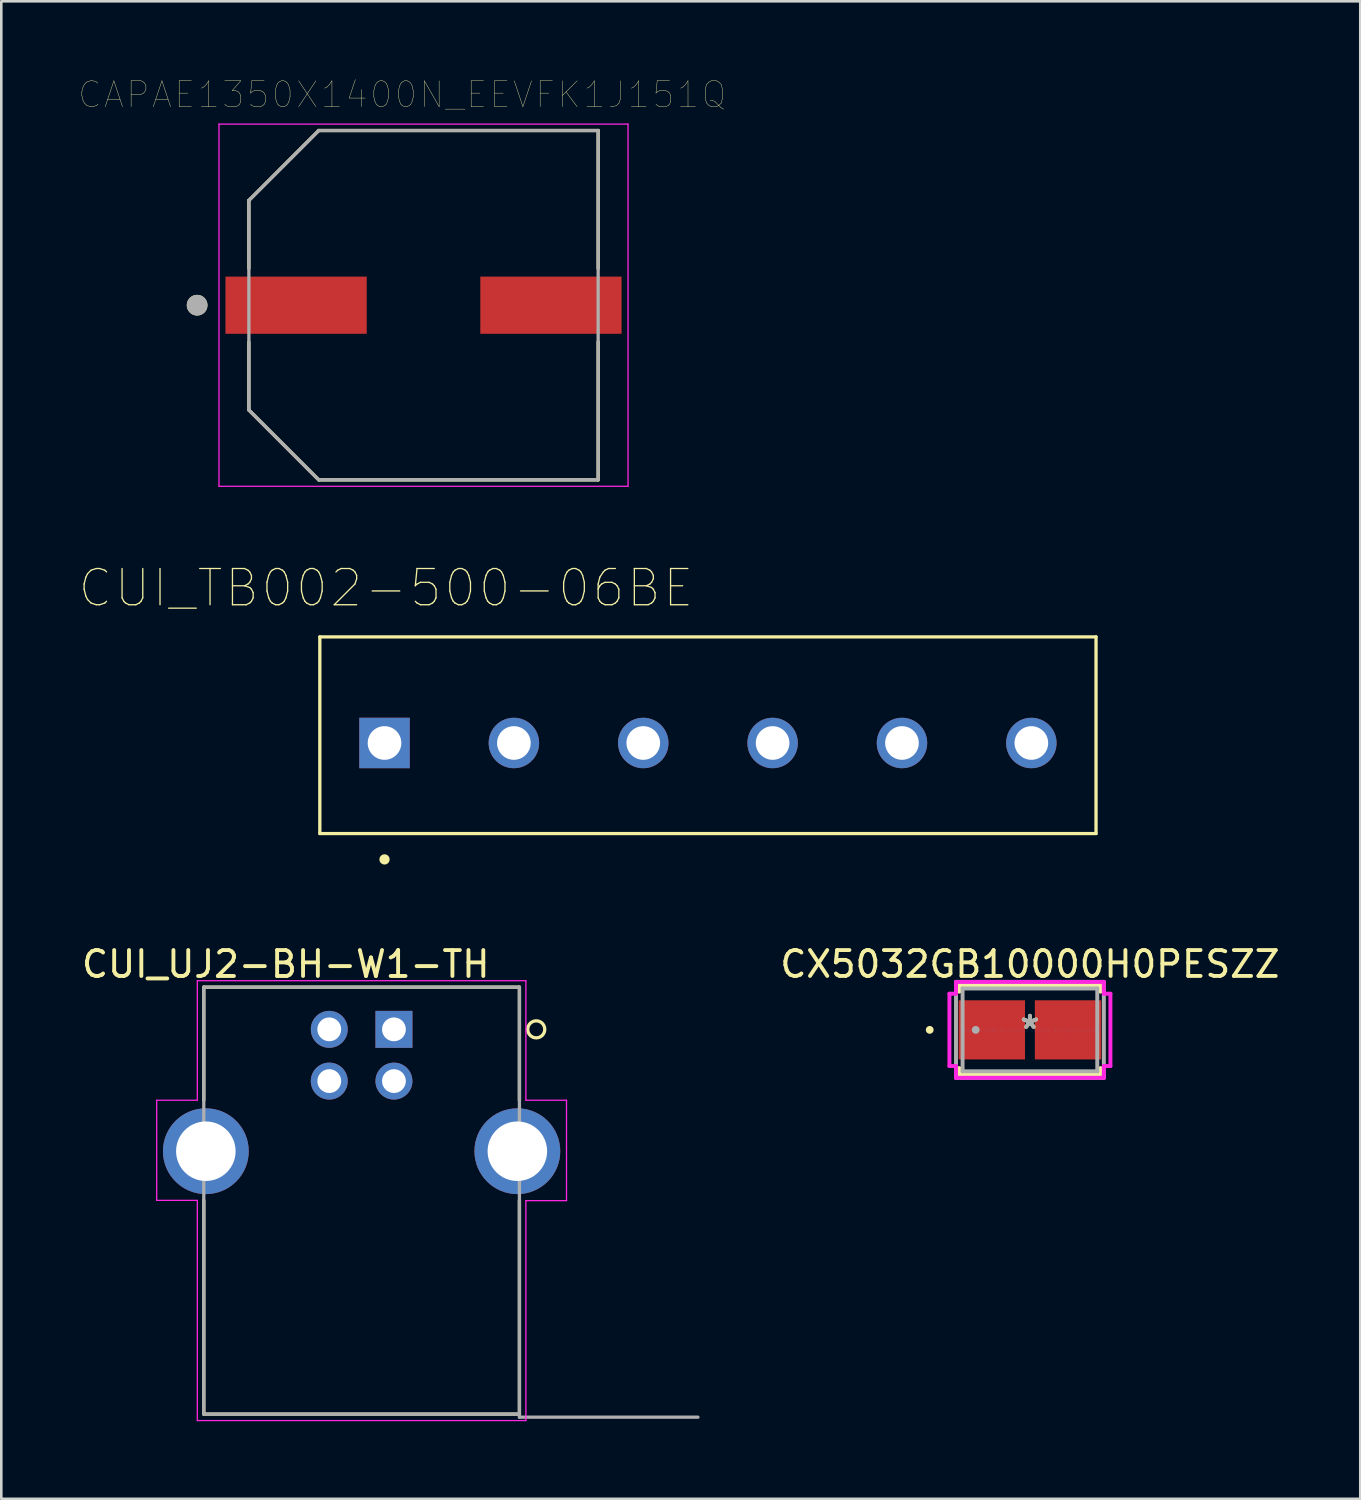
<source format=kicad_pcb>
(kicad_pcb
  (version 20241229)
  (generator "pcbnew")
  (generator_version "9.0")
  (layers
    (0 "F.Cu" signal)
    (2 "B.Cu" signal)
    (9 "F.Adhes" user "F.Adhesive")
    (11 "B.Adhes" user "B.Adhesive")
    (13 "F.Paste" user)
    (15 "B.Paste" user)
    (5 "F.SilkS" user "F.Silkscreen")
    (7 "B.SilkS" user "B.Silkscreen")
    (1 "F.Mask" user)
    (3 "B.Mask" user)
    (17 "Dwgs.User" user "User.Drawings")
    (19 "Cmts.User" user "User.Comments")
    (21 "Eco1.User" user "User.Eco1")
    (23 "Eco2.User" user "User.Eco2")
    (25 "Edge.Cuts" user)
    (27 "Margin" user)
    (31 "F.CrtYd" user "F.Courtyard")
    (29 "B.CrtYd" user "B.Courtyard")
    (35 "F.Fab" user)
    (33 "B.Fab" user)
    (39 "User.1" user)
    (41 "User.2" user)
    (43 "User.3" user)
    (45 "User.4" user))
  (footprint "CX5032GB10000H0PESZZ"
    (layer "F.Cu")
    (at 36.757 36.755)
    (property "Reference" "CX5032GB10000H0PESZZ" (at 0 -2.54 0) (layer "F.SilkS") (effects (font (size 1 1) (thickness 0.15))))
    (attr through_hole)
    (fp_line (start -2.731 -1.727) (end -2.731 -1.476) (stroke (width 0.152) (type solid)) (layer "F.SilkS"))
    (fp_line (start -2.731 1.476) (end -2.731 1.727) (stroke (width 0.152) (type solid)) (layer "F.SilkS"))
    (fp_line (start -2.731 1.727) (end 2.731 1.727) (stroke (width 0.152) (type solid)) (layer "F.SilkS"))
    (fp_line (start 2.731 -1.727) (end -2.731 -1.727) (stroke (width 0.152) (type solid)) (layer "F.SilkS"))
    (fp_line (start 2.731 -1.476) (end 2.731 -1.727) (stroke (width 0.152) (type solid)) (layer "F.SilkS"))
    (fp_line (start 2.731 1.727) (end 2.731 1.476) (stroke (width 0.152) (type solid)) (layer "F.SilkS"))
    (fp_circle (center -3.873 0) (end -3.797 0) (stroke (width 0.152) (type solid)) (fill no) (layer "F.SilkS"))
    (fp_line (start -3.111 -1.397) (end -2.857 -1.397) (stroke (width 0.152) (type solid)) (layer "F.CrtYd"))
    (fp_line (start -3.111 1.397) (end -3.111 -1.397) (stroke (width 0.152) (type solid)) (layer "F.CrtYd"))
    (fp_line (start -2.857 -1.854) (end 2.857 -1.854) (stroke (width 0.152) (type solid)) (layer "F.CrtYd"))
    (fp_line (start -2.857 -1.397) (end -2.857 -1.854) (stroke (width 0.152) (type solid)) (layer "F.CrtYd"))
    (fp_line (start -2.857 1.397) (end -3.111 1.397) (stroke (width 0.152) (type solid)) (layer "F.CrtYd"))
    (fp_line (start -2.857 1.854) (end -2.857 1.397) (stroke (width 0.152) (type solid)) (layer "F.CrtYd"))
    (fp_line (start 2.857 -1.854) (end 2.857 -1.397) (stroke (width 0.152) (type solid)) (layer "F.CrtYd"))
    (fp_line (start 2.857 -1.397) (end 3.111 -1.397) (stroke (width 0.152) (type solid)) (layer "F.CrtYd"))
    (fp_line (start 2.857 1.397) (end 2.857 1.854) (stroke (width 0.152) (type solid)) (layer "F.CrtYd"))
    (fp_line (start 2.857 1.854) (end -2.857 1.854) (stroke (width 0.152) (type solid)) (layer "F.CrtYd"))
    (fp_line (start 3.111 -1.397) (end 3.111 1.397) (stroke (width 0.152) (type solid)) (layer "F.CrtYd"))
    (fp_line (start 3.111 1.397) (end 2.857 1.397) (stroke (width 0.152) (type solid)) (layer "F.CrtYd"))
    (fp_line (start -2.857 -1.854) (end 2.857 -1.854) (stroke (width 0.152) (type solid)) (layer "F.Fab"))
    (fp_line (start -2.857 1.854) (end -2.857 -1.854) (stroke (width 0.152) (type solid)) (layer "F.Fab"))
    (fp_line (start -2.603 -1.6) (end -2.603 1.6) (stroke (width 0.152) (type solid)) (layer "F.Fab"))
    (fp_line (start -2.603 1.6) (end 2.603 1.6) (stroke (width 0.152) (type solid)) (layer "F.Fab"))
    (fp_line (start 2.603 -1.6) (end -2.603 -1.6) (stroke (width 0.152) (type solid)) (layer "F.Fab"))
    (fp_line (start 2.603 1.6) (end 2.603 -1.6) (stroke (width 0.152) (type solid)) (layer "F.Fab"))
    (fp_line (start 2.857 -1.854) (end 2.857 1.854) (stroke (width 0.152) (type solid)) (layer "F.Fab"))
    (fp_line (start 2.857 1.854) (end -2.857 1.854) (stroke (width 0.152) (type solid)) (layer "F.Fab"))
    (fp_circle (center -2.095 0) (end -2.019 0) (stroke (width 0.152) (type solid)) (fill no) (layer "F.Fab"))
    (fp_text user "*" (at 0 0 0) (layer "F.SilkS") (effects (font (size 1 1) (thickness 0.15))))
    (fp_text user "Copyright 2016 Accelerated Designs. All rights reserved." (at 0 0 0) (layer "Cmts.User") (effects (font (size 0.127 0.127) (thickness 0.002))))
    (fp_text user "*" (at 0 0 0) (layer "F.Fab") (effects (font (size 1 1) (thickness 0.15))))
    (pad "1" smd rect (at -1.473 0 90) (size 2.286 2.565) (layers "F.Cu" "F.Mask" "F.Paste"))
    (pad "2" smd rect (at 1.473 0 90) (size 2.286 2.565) (layers "F.Cu" "F.Mask" "F.Paste")))
  (footprint "CUI_TB002-500-06BE"
    (layer "F.Cu")
    (at 11.812 25.667)
    (property "Reference" "CUI_TB002-500-06BE" (at 0.056 -5.989 0) (layer "F.SilkS") (effects (font (size 1.4 1.4) (thickness 0.05))))
    (attr through_hole)
    (fp_line (start -2.5 -4.1) (end 27.5 -4.1) (stroke (width 0.127) (type solid)) (layer "F.SilkS"))
    (fp_line (start -2.5 3.5) (end -2.5 -4.1) (stroke (width 0.127) (type solid)) (layer "F.SilkS"))
    (fp_line (start 27.5 -4.1) (end 27.5 3.5) (stroke (width 0.127) (type solid)) (layer "F.SilkS"))
    (fp_line (start 27.5 3.5) (end -2.5 3.5) (stroke (width 0.127) (type solid)) (layer "F.SilkS"))
    (fp_circle (center 0 4.5) (end 0.1 4.5) (stroke (width 0.2) (type solid)) (fill no) (layer "F.SilkS"))
    (fp_line (start -2.75 -4.35) (end 27.75 -4.35) (stroke (width 0.05) (type solid)) (layer "Eco1.User"))
    (fp_line (start -2.75 3.75) (end -2.75 -4.35) (stroke (width 0.05) (type solid)) (layer "Eco1.User"))
    (fp_line (start 27.75 -4.35) (end 27.75 3.75) (stroke (width 0.05) (type solid)) (layer "Eco1.User"))
    (fp_line (start 27.75 3.75) (end -2.75 3.75) (stroke (width 0.05) (type solid)) (layer "Eco1.User"))
    (fp_line (start -2.5 -4.1) (end 27.5 -4.1) (stroke (width 0.127) (type solid)) (layer "Eco2.User"))
    (fp_line (start -2.5 3.5) (end -2.5 -4.1) (stroke (width 0.127) (type solid)) (layer "Eco2.User"))
    (fp_line (start 27.5 -4.1) (end 27.5 3.5) (stroke (width 0.127) (type solid)) (layer "Eco2.User"))
    (fp_line (start 27.5 3.5) (end -2.5 3.5) (stroke (width 0.127) (type solid)) (layer "Eco2.User"))
    (fp_circle (center 0 4.5) (end 0.1 4.5) (stroke (width 0.2) (type solid)) (fill no) (layer "Eco2.User"))
    (pad "1" thru_hole rect (at 0 0) (size 1.95 1.95) (drill 1.3) (layers "*.Cu" "*.Mask"))
    (pad "2" thru_hole circle (at 5 0) (size 1.95 1.95) (drill 1.3) (layers "*.Cu" "*.Mask"))
    (pad "3" thru_hole circle (at 10 0) (size 1.95 1.95) (drill 1.3) (layers "*.Cu" "*.Mask"))
    (pad "4" thru_hole circle (at 15 0) (size 1.95 1.95) (drill 1.3) (layers "*.Cu" "*.Mask"))
    (pad "5" thru_hole circle (at 20 0) (size 1.95 1.95) (drill 1.3) (layers "*.Cu" "*.Mask"))
    (pad "6" thru_hole circle (at 25 0) (size 1.95 1.95) (drill 1.3) (layers "*.Cu" "*.Mask")))
  (footprint "CUI_UJ2-BH-W1-TH"
    (layer "F.Cu")
    (at 12.176 36.735)
    (property "Reference" "CUI_UJ2-BH-W1-TH" (at -4.181 -2.519 0) (layer "F.SilkS") (effects (font (size 1.002 1.002) (thickness 0.15))))
    (attr through_hole)
    (fp_line (start -7.35 -1.63) (end 4.85 -1.63) (stroke (width 0.127) (type solid)) (layer "F.SilkS"))
    (fp_line (start -7.35 2.74) (end -7.35 -1.63) (stroke (width 0.127) (type solid)) (layer "F.SilkS"))
    (fp_line (start -7.35 6.61) (end -7.35 14.87) (stroke (width 0.127) (type solid)) (layer "F.SilkS"))
    (fp_line (start -7.35 14.87) (end 4.85 14.87) (stroke (width 0.127) (type solid)) (layer "F.SilkS"))
    (fp_line (start 4.85 -1.63) (end 4.85 2.74) (stroke (width 0.127) (type solid)) (layer "F.SilkS"))
    (fp_line (start 4.85 14.87) (end 4.85 6.61) (stroke (width 0.127) (type solid)) (layer "F.SilkS"))
    (fp_circle (center 5.5 0) (end 5.829 0) (stroke (width 0.127) (type solid)) (fill no) (layer "F.SilkS"))
    (fp_line (start -9.17 2.74) (end -7.6 2.74) (stroke (width 0.05) (type solid)) (layer "F.CrtYd"))
    (fp_line (start -9.17 6.61) (end -9.17 2.74) (stroke (width 0.05) (type solid)) (layer "F.CrtYd"))
    (fp_line (start -7.6 -1.88) (end 5.1 -1.88) (stroke (width 0.05) (type solid)) (layer "F.CrtYd"))
    (fp_line (start -7.6 2.74) (end -7.6 -1.88) (stroke (width 0.05) (type solid)) (layer "F.CrtYd"))
    (fp_line (start -7.6 6.61) (end -9.17 6.61) (stroke (width 0.05) (type solid)) (layer "F.CrtYd"))
    (fp_line (start -7.6 15.12) (end -7.6 6.61) (stroke (width 0.05) (type solid)) (layer "F.CrtYd"))
    (fp_line (start 5.1 -1.88) (end 5.1 2.74) (stroke (width 0.05) (type solid)) (layer "F.CrtYd"))
    (fp_line (start 5.1 2.74) (end 6.67 2.74) (stroke (width 0.05) (type solid)) (layer "F.CrtYd"))
    (fp_line (start 5.1 6.62) (end 5.1 15.12) (stroke (width 0.05) (type solid)) (layer "F.CrtYd"))
    (fp_line (start 5.1 15.12) (end -7.6 15.12) (stroke (width 0.05) (type solid)) (layer "F.CrtYd"))
    (fp_line (start 6.67 2.74) (end 6.67 6.62) (stroke (width 0.05) (type solid)) (layer "F.CrtYd"))
    (fp_line (start 6.67 6.62) (end 5.1 6.62) (stroke (width 0.05) (type solid)) (layer "F.CrtYd"))
    (fp_line (start -7.35 -1.63) (end 4.85 -1.63) (stroke (width 0.127) (type solid)) (layer "F.Fab"))
    (fp_line (start -7.35 14.87) (end -7.35 -1.63) (stroke (width 0.127) (type solid)) (layer "F.Fab"))
    (fp_line (start 4.85 -1.63) (end 4.85 14.87) (stroke (width 0.127) (type solid)) (layer "F.Fab"))
    (fp_line (start 4.85 14.87) (end -7.35 14.87) (stroke (width 0.127) (type solid)) (layer "F.Fab"))
    (fp_line (start 4.85 14.87) (end 4.85 14.99) (stroke (width 0.127) (type solid)) (layer "F.Fab"))
    (fp_line (start 4.85 14.99) (end 11.75 14.99) (stroke (width 0.127) (type solid)) (layer "F.Fab"))
    (fp_circle (center 0 0) (end 0.2 0) (stroke (width 0.4) (type solid)) (fill no) (layer "F.Fab"))
    (pad "1" thru_hole rect (at 0 0) (size 1.428 1.428) (drill 0.92) (layers "*.Cu" "*.Mask"))
    (pad "2" thru_hole circle (at -2.5 0) (size 1.428 1.428) (drill 0.92) (layers "*.Cu" "*.Mask"))
    (pad "3" thru_hole circle (at -2.5 2) (size 1.428 1.428) (drill 0.92) (layers "*.Cu" "*.Mask"))
    (pad "4" thru_hole circle (at 0 2) (size 1.428 1.428) (drill 0.92) (layers "*.Cu" "*.Mask"))
    (pad "SH1" thru_hole circle (at -7.27 4.71) (size 3.316 3.316) (drill 2.3) (layers "*.Cu" "*.Mask"))
    (pad "SH2" thru_hole circle (at 4.77 4.71) (size 3.316 3.316) (drill 2.3) (layers "*.Cu" "*.Mask")))
  (footprint "CAPAE1350X1400N_EEVFK1J151Q"
    (layer "F.Cu")
    (at 13.319 8.746)
    (property "Reference" "CAPAE1350X1400N_EEVFK1J151Q" (at -0.825 -8.135 0) (layer "F.SilkS") (effects (font (size 1 1) (thickness 0.015))))
    (attr through_hole)
    (fp_line (start -6.75 -4.05) (end -4.05 -6.752) (stroke (width 0.127) (type solid)) (layer "F.SilkS"))
    (fp_line (start -6.75 -1.42) (end -6.75 -4.05) (stroke (width 0.127) (type solid)) (layer "F.SilkS"))
    (fp_line (start -6.75 4.05) (end -6.75 1.42) (stroke (width 0.127) (type solid)) (layer "F.SilkS"))
    (fp_line (start -4.05 -6.752) (end 6.75 -6.752) (stroke (width 0.127) (type solid)) (layer "F.SilkS"))
    (fp_line (start -4.05 6.752) (end -6.75 4.05) (stroke (width 0.127) (type solid)) (layer "F.SilkS"))
    (fp_line (start 6.75 -6.752) (end 6.75 -1.42) (stroke (width 0.127) (type solid)) (layer "F.SilkS"))
    (fp_line (start 6.75 1.42) (end 6.75 6.752) (stroke (width 0.127) (type solid)) (layer "F.SilkS"))
    (fp_line (start 6.75 6.752) (end -4.05 6.752) (stroke (width 0.127) (type solid)) (layer "F.SilkS"))
    (fp_circle (center -8.75 0) (end -8.55 0) (stroke (width 0.4) (type solid)) (fill no) (layer "F.SilkS"))
    (fp_line (start -7.905 -7) (end 7.905 -7) (stroke (width 0.05) (type solid)) (layer "F.CrtYd"))
    (fp_line (start -7.905 7) (end -7.905 -7) (stroke (width 0.05) (type solid)) (layer "F.CrtYd"))
    (fp_line (start 7.905 -7) (end 7.905 7) (stroke (width 0.05) (type solid)) (layer "F.CrtYd"))
    (fp_line (start 7.905 7) (end -7.905 7) (stroke (width 0.05) (type solid)) (layer "F.CrtYd"))
    (fp_line (start -6.75 -4.05) (end -6.75 4.05) (stroke (width 0.127) (type solid)) (layer "F.Fab"))
    (fp_line (start -6.75 4.05) (end -4.05 6.75) (stroke (width 0.127) (type solid)) (layer "F.Fab"))
    (fp_line (start -4.05 -6.75) (end -6.75 -4.05) (stroke (width 0.127) (type solid)) (layer "F.Fab"))
    (fp_line (start -4.05 6.75) (end 6.75 6.75) (stroke (width 0.127) (type solid)) (layer "F.Fab"))
    (fp_line (start 6.75 -6.75) (end -4.05 -6.75) (stroke (width 0.127) (type solid)) (layer "F.Fab"))
    (fp_line (start 6.75 6.75) (end 6.75 -6.75) (stroke (width 0.127) (type solid)) (layer "F.Fab"))
    (fp_circle (center -8.75 0) (end -8.55 0) (stroke (width 0.4) (type solid)) (fill no) (layer "F.Fab"))
    (pad "1" smd rect (at -4.925 0) (size 5.46 2.21) (layers "F.Cu" "F.Mask" "F.Paste"))
    (pad "2" smd rect (at 4.925 0) (size 5.46 2.21) (layers "F.Cu" "F.Mask" "F.Paste")))
  (gr_rect
    (start -3 -3)
    (end 49.525 54.88)
    (stroke (width 0.1) (type default))
    (fill no)
    (layer "Edge.Cuts")))
</source>
